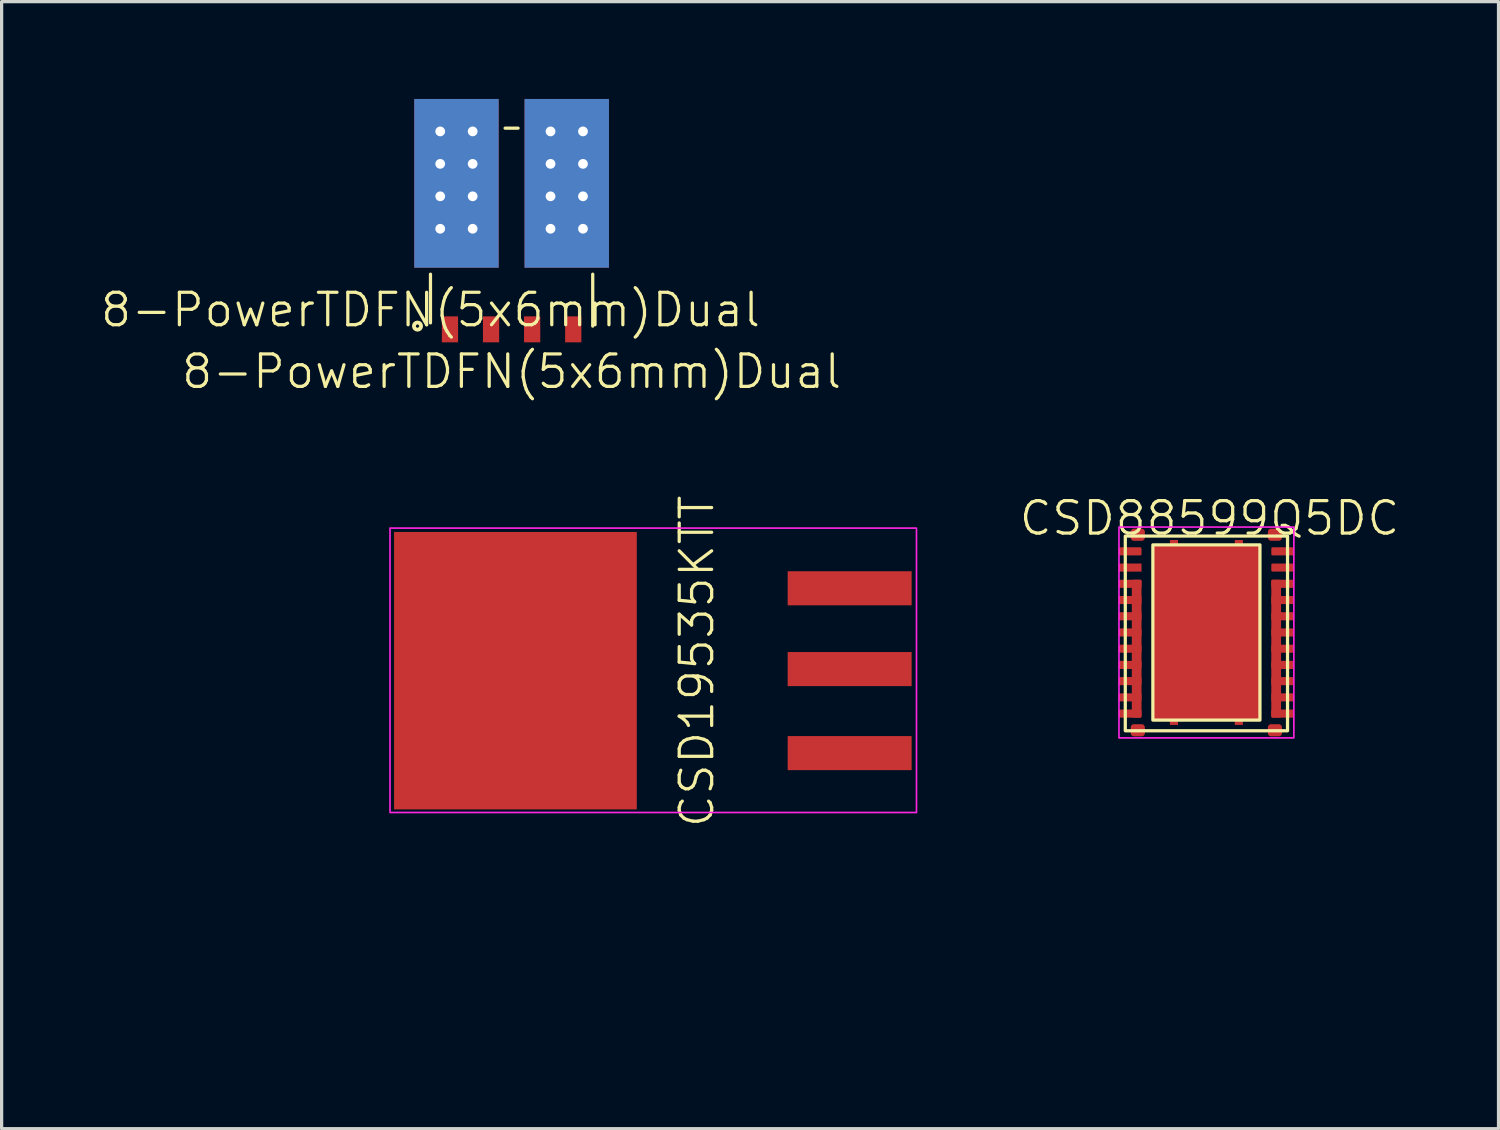
<source format=kicad_pcb>
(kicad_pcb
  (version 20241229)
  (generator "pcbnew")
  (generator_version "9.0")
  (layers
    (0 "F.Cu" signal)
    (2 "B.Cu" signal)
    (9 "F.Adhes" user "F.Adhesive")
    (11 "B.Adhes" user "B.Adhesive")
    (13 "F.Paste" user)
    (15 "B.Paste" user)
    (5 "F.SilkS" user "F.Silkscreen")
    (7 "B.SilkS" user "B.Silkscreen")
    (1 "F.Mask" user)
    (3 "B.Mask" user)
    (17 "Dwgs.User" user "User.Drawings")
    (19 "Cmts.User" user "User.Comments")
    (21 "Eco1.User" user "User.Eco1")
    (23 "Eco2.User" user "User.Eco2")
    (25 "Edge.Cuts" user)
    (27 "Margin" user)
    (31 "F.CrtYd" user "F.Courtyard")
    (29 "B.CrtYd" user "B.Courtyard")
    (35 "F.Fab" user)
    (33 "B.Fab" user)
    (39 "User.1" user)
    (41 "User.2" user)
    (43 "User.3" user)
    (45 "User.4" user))
  (footprint "8-PowerTDFN(5x6mm)Dual"
    (layer "F.Cu")
    (at 10.217 7)
    (property "Reference" "8-PowerTDFN(5x6mm)Dual" (at 0 -0.5 0) (unlocked yes) (layer "F.SilkS") (effects (font (size 1 1) (thickness 0.1))))
    (attr smd)
    (fp_line (start 0 -1.6) (end 0 -0.1) (stroke (width 0.1) (type default)) (layer "F.SilkS"))
    (fp_line (start 2.3 -6.1) (end 2.7 -6.1) (stroke (width 0.1) (type default)) (layer "F.SilkS"))
    (fp_line (start 5 -1.6) (end 5 0) (stroke (width 0.1) (type default)) (layer "F.SilkS"))
    (fp_circle (center -0.4 0) (end -0.35 0) (stroke (width 0.12) (type solid)) (fill no) (layer "F.SilkS"))
    (fp_text user "${REFERENCE}" (at 2.5 1.4 0) (unlocked yes) (layer "F.SilkS") (effects (font (size 1 1) (thickness 0.1))))
    (pad "1" smd rect (at 0.6 0.1) (size 0.5 0.8) (layers "F.Cu" "F.Mask" "F.Paste"))
    (pad "2" smd rect (at 1.867 0.1) (size 0.5 0.8) (layers "F.Cu" "F.Mask" "F.Paste"))
    (pad "3" smd rect (at 3.133 0.1) (size 0.5 0.8) (layers "F.Cu" "F.Mask" "F.Paste"))
    (pad "4" smd rect (at 4.4 0.1) (size 0.5 0.8) (layers "F.Cu" "F.Mask" "F.Paste"))
    (pad "5" thru_hole circle (at 3.7 -6) (size 0.5 0.5) (drill 0.3) (layers "*.Cu" "*.Mask"))
    (pad "5" thru_hole circle (at 3.7 -5) (size 0.5 0.5) (drill 0.3) (layers "*.Cu" "*.Mask"))
    (pad "5" thru_hole circle (at 3.7 -4) (size 0.5 0.5) (drill 0.3) (layers "*.Cu" "*.Mask"))
    (pad "5" thru_hole circle (at 3.7 -3) (size 0.5 0.5) (drill 0.3) (layers "*.Cu" "*.Mask"))
    (pad "5" smd rect (at 4.2 -4.4) (size 2.6 5.2) (layers "F.Cu" "F.Mask" "F.Paste"))
    (pad "5" smd rect (at 4.2 -4.4) (size 2.6 5.2) (layers "B.Cu" "B.Mask" "B.Paste"))
    (pad "5" thru_hole circle (at 4.7 -6) (size 0.5 0.5) (drill 0.3) (layers "*.Cu" "*.Mask"))
    (pad "5" thru_hole circle (at 4.7 -5) (size 0.5 0.5) (drill 0.3) (layers "*.Cu" "*.Mask"))
    (pad "5" thru_hole circle (at 4.7 -4) (size 0.5 0.5) (drill 0.3) (layers "*.Cu" "*.Mask"))
    (pad "5" thru_hole circle (at 4.7 -3) (size 0.5 0.5) (drill 0.3) (layers "*.Cu" "*.Mask"))
    (pad "6" thru_hole circle (at 0.3 -6) (size 0.5 0.5) (drill 0.3) (layers "*.Cu" "*.Mask"))
    (pad "6" thru_hole circle (at 0.3 -5) (size 0.5 0.5) (drill 0.3) (layers "*.Cu" "*.Mask"))
    (pad "6" thru_hole circle (at 0.3 -4) (size 0.5 0.5) (drill 0.3) (layers "*.Cu" "*.Mask"))
    (pad "6" thru_hole circle (at 0.3 -3) (size 0.5 0.5) (drill 0.3) (layers "*.Cu" "*.Mask"))
    (pad "6" smd rect (at 0.8 -4.4) (size 2.6 5.2) (layers "F.Cu" "F.Mask" "F.Paste"))
    (pad "6" smd rect (at 0.8 -4.4) (size 2.6 5.2) (layers "B.Cu" "B.Mask" "B.Paste"))
    (pad "6" thru_hole circle (at 1.3 -6) (size 0.5 0.5) (drill 0.3) (layers "*.Cu" "*.Mask"))
    (pad "6" thru_hole circle (at 1.3 -5) (size 0.5 0.5) (drill 0.3) (layers "*.Cu" "*.Mask"))
    (pad "6" thru_hole circle (at 1.3 -4) (size 0.5 0.5) (drill 0.3) (layers "*.Cu" "*.Mask"))
    (pad "6" thru_hole circle (at 1.3 -3) (size 0.5 0.5) (drill 0.3) (layers "*.Cu" "*.Mask")))
  (footprint "CSD88599Q5DC"
    (layer "F.Cu")
    (at 28.47 22.771)
    (property "Reference" "CSD88599Q5DC" (at 5.755 -9.85 0) (unlocked yes) (layer "F.SilkS") (effects (font (size 1 1) (thickness 0.1))))
    (attr smd)
    (fp_rect (start 3.428 -9.429) (end 3.663 -9.254) (stroke (width 0.2) (type solid)) (fill no) (layer "F.Cu"))
    (fp_rect (start 3.428 -3.403) (end 3.663 -3.228) (stroke (width 0.2) (type solid)) (fill no) (layer "F.Cu"))
    (fp_rect (start 7.654 -9.429) (end 7.889 -9.254) (stroke (width 0.2) (type solid)) (fill no) (layer "F.Cu"))
    (fp_rect (start 7.654 -3.403) (end 7.889 -3.228) (stroke (width 0.2) (type solid)) (fill no) (layer "F.Cu"))
    (fp_rect (start 3.16 -9.3) (end 8.16 -3.3) (stroke (width 0.1) (type default)) (fill no) (layer "F.SilkS"))
    (fp_rect (start 4.01 -9.029) (end 7.31 -3.629) (stroke (width 0.1) (type default)) (fill no) (layer "F.SilkS"))
    (fp_rect (start 2.965 -9.578) (end 8.355 -3.08) (stroke (width 0.05) (type default)) (fill no) (layer "F.CrtYd"))
    (pad "" smd rect (at 3.31 -8.329) (size 0.7 0.25) (layers "F.Cu" "F.Mask" "F.Paste"))
    (pad "1" smd roundrect (at 8.01 -8.829) (size 0.7 0.25) (layers "F.Cu" "F.Mask" "F.Paste") (roundrect_rratio 0.15))
    (pad "2" smd roundrect (at 8.01 -8.329) (size 0.7 0.25) (layers "F.Cu" "F.Mask" "F.Paste") (roundrect_rratio 0.15))
    (pad "3" smd roundrect (at 3.31 -8.829) (size 0.7 0.25) (layers "F.Cu" "F.Mask" "F.Paste") (roundrect_rratio 0.15))
    (pad "4" smd roundrect (at 7.81 -5.829) (size 0.3 4.25) (layers "F.Cu" "F.Mask" "F.Paste") (roundrect_rratio 0.15))
    (pad "4" smd roundrect (at 8.01 -7.829) (size 0.7 0.25) (layers "F.Cu" "F.Mask" "F.Paste") (roundrect_rratio 0.15))
    (pad "4" smd roundrect (at 8.01 -7.329) (size 0.7 0.25) (layers "F.Cu" "F.Mask" "F.Paste") (roundrect_rratio 0.15))
    (pad "4" smd roundrect (at 8.01 -6.829) (size 0.7 0.25) (layers "F.Cu" "F.Mask" "F.Paste") (roundrect_rratio 0.15))
    (pad "4" smd roundrect (at 8.01 -6.329) (size 0.7 0.25) (layers "F.Cu" "F.Mask" "F.Paste") (roundrect_rratio 0.15))
    (pad "4" smd roundrect (at 8.01 -5.829) (size 0.7 0.25) (layers "F.Cu" "F.Mask" "F.Paste") (roundrect_rratio 0.15))
    (pad "4" smd roundrect (at 8.01 -5.329) (size 0.7 0.25) (layers "F.Cu" "F.Mask" "F.Paste") (roundrect_rratio 0.15))
    (pad "4" smd roundrect (at 8.01 -4.829) (size 0.7 0.25) (layers "F.Cu" "F.Mask" "F.Paste") (roundrect_rratio 0.15))
    (pad "4" smd roundrect (at 8.01 -4.329) (size 0.7 0.25) (layers "F.Cu" "F.Mask" "F.Paste") (roundrect_rratio 0.15))
    (pad "4" smd roundrect (at 8.01 -3.829) (size 0.7 0.25) (layers "F.Cu" "F.Mask" "F.Paste") (roundrect_rratio 0.15))
    (pad "5" smd roundrect (at 4.66 -9.104) (size 0.25 0.15) (layers "F.Cu" "F.Mask" "F.Paste") (roundrect_rratio 0.03))
    (pad "5" smd roundrect (at 4.66 -3.554) (size 0.25 0.15) (layers "F.Cu" "F.Mask" "F.Paste") (roundrect_rratio 0.03))
    (pad "5" smd roundrect (at 5.66 -6.329) (size 3.3 5.4) (layers "F.Cu" "F.Mask" "F.Paste") (roundrect_rratio 0.03))
    (pad "5" smd roundrect (at 6.66 -9.104) (size 0.25 0.15) (layers "F.Cu" "F.Mask" "F.Paste") (roundrect_rratio 0.03))
    (pad "5" smd roundrect (at 6.66 -3.554) (size 0.25 0.15) (layers "F.Cu" "F.Mask" "F.Paste") (roundrect_rratio 0.03))
    (pad "6" smd roundrect (at 3.31 -7.829) (size 0.7 0.25) (layers "F.Cu" "F.Mask" "F.Paste") (roundrect_rratio 0.15))
    (pad "6" smd roundrect (at 3.31 -7.329) (size 0.7 0.25) (layers "F.Cu" "F.Mask" "F.Paste") (roundrect_rratio 0.15))
    (pad "6" smd roundrect (at 3.31 -6.829) (size 0.7 0.25) (layers "F.Cu" "F.Mask" "F.Paste") (roundrect_rratio 0.15))
    (pad "6" smd roundrect (at 3.31 -6.329) (size 0.7 0.25) (layers "F.Cu" "F.Mask" "F.Paste") (roundrect_rratio 0.15))
    (pad "6" smd roundrect (at 3.31 -5.829) (size 0.7 0.25) (layers "F.Cu" "F.Mask" "F.Paste") (roundrect_rratio 0.15))
    (pad "6" smd roundrect (at 3.31 -5.329) (size 0.7 0.25) (layers "F.Cu" "F.Mask" "F.Paste") (roundrect_rratio 0.15))
    (pad "6" smd roundrect (at 3.31 -4.829) (size 0.7 0.25) (layers "F.Cu" "F.Mask" "F.Paste") (roundrect_rratio 0.15))
    (pad "6" smd roundrect (at 3.31 -4.329) (size 0.7 0.25) (layers "F.Cu" "F.Mask" "F.Paste") (roundrect_rratio 0.15))
    (pad "6" smd roundrect (at 3.31 -3.829) (size 0.7 0.25) (layers "F.Cu" "F.Mask" "F.Paste") (roundrect_rratio 0.15))
    (pad "6" smd roundrect (at 3.51 -5.829) (size 0.3 4.25) (layers "F.Cu" "F.Mask" "F.Paste") (roundrect_rratio 0.15)))
  (footprint "CSD19535KTT"
    (layer "F.Cu")
    (at 0.25 28.485)
    (property "Reference" "CSD19535KTT" (at 18.175 -11.155 90) (unlocked yes) (layer "F.SilkS") (effects (font (size 1 1) (thickness 0.1))))
    (attr smd)
    (fp_rect (start 8.72 -15.26) (end 24.945 -6.495) (stroke (width 0.05) (type default)) (fill no) (layer "F.CrtYd"))
    (pad "" smd rect (at 12.585 -10.865) (size 7.48 8.55) (layers "F.Cu" "F.Mask" "F.Paste"))
    (pad "1" smd rect (at 22.885 -8.325) (size 3.82 1.05) (layers "F.Cu" "F.Mask" "F.Paste"))
    (pad "2" smd rect (at 22.885 -10.915) (size 3.82 1.05) (layers "F.Cu" "F.Mask" "F.Paste"))
    (pad "3" smd rect (at 22.885 -13.405) (size 3.82 1.05) (layers "F.Cu" "F.Mask" "F.Paste")))
  (gr_rect
    (start -3 -3)
    (end 43.132 31.735)
    (stroke (width 0.1) (type default))
    (fill no)
    (layer "Edge.Cuts")))
</source>
